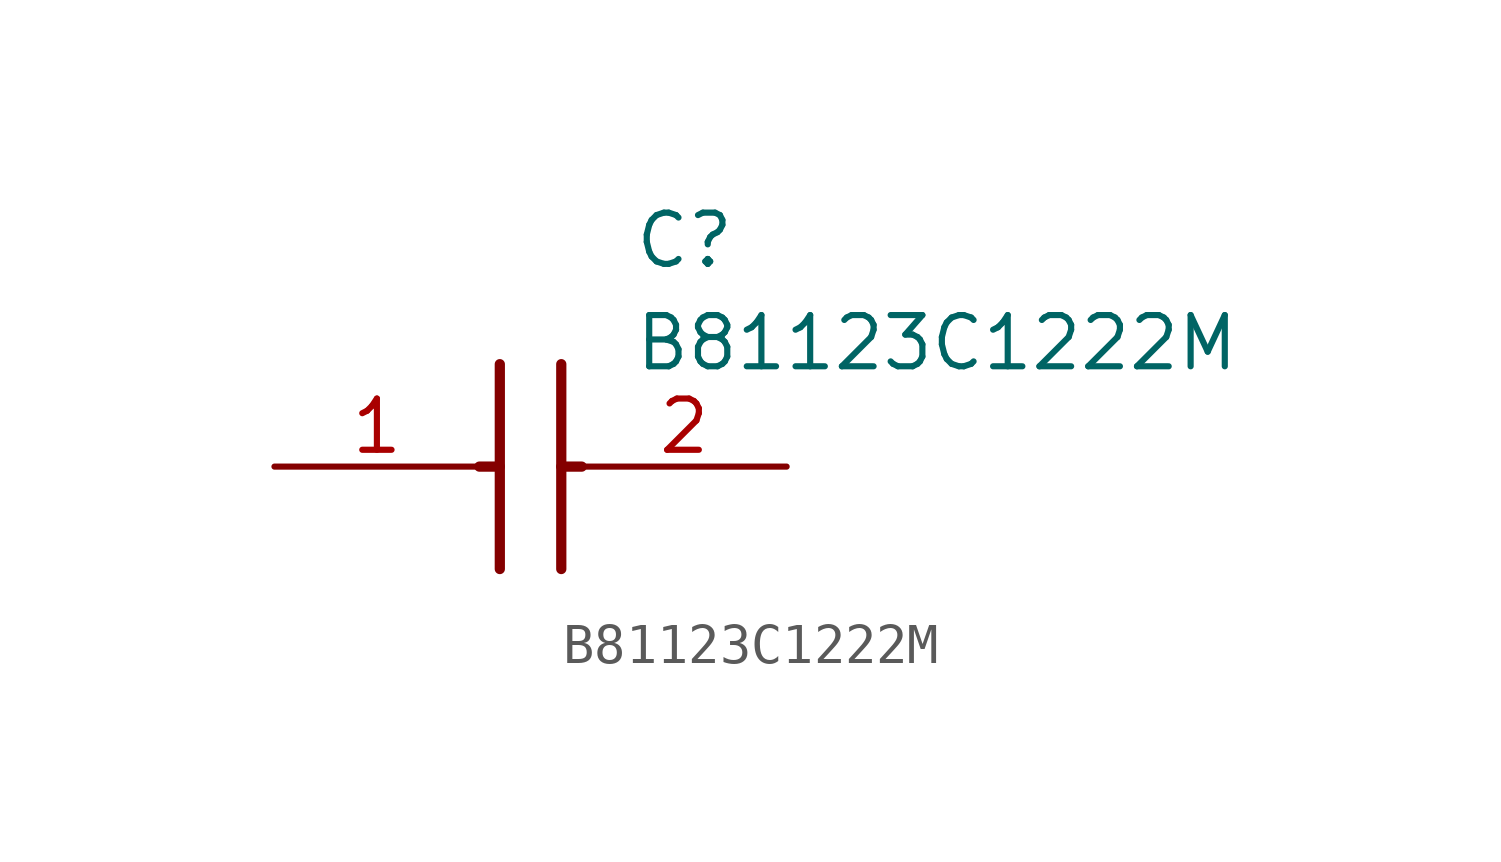
<source format=kicad_sym>
(kicad_symbol_lib
  (version 20211014)
  (generator SamacSys_ECAD_Model)
  (symbol "B81123C1222M"
    (pin_names hide)
    (property "Reference" "C"
      (at 8.89 6.35 0)
      (effects (font (size 1.27 1.27)) (justify left top)))
    (property "Value" "B81123C1222M"
      (at 8.89 3.81 0)
      (effects (font (size 1.27 1.27)) (justify left top)))
    (polyline
      (pts (xy 5.588 2.54) (xy 5.588 -2.54))
      (stroke (width 0.254) (type default))
      (fill (type none)))
    (polyline
      (pts (xy 7.112 2.54) (xy 7.112 -2.54))
      (stroke (width 0.254) (type default))
      (fill (type none)))
    (polyline
      (pts (xy 5.08 0) (xy 5.588 0))
      (stroke (width 0.254) (type default))
      (fill (type none)))
    (polyline
      (pts (xy 7.112 0) (xy 7.62 0))
      (stroke (width 0.254) (type default))
      (fill (type none)))
    (pin passive line
      (at 0 0 0)
      (length 5.08)
      (name "1" (effects (font (size 1.27 1.27))))
      (number "1" (effects (font (size 1.27 1.27)))))
    (pin passive line
      (at 12.7 0 180)
      (length 5.08)
      (name "2" (effects (font (size 1.27 1.27))))
      (number "2" (effects (font (size 1.27 1.27)))))))
</source>
